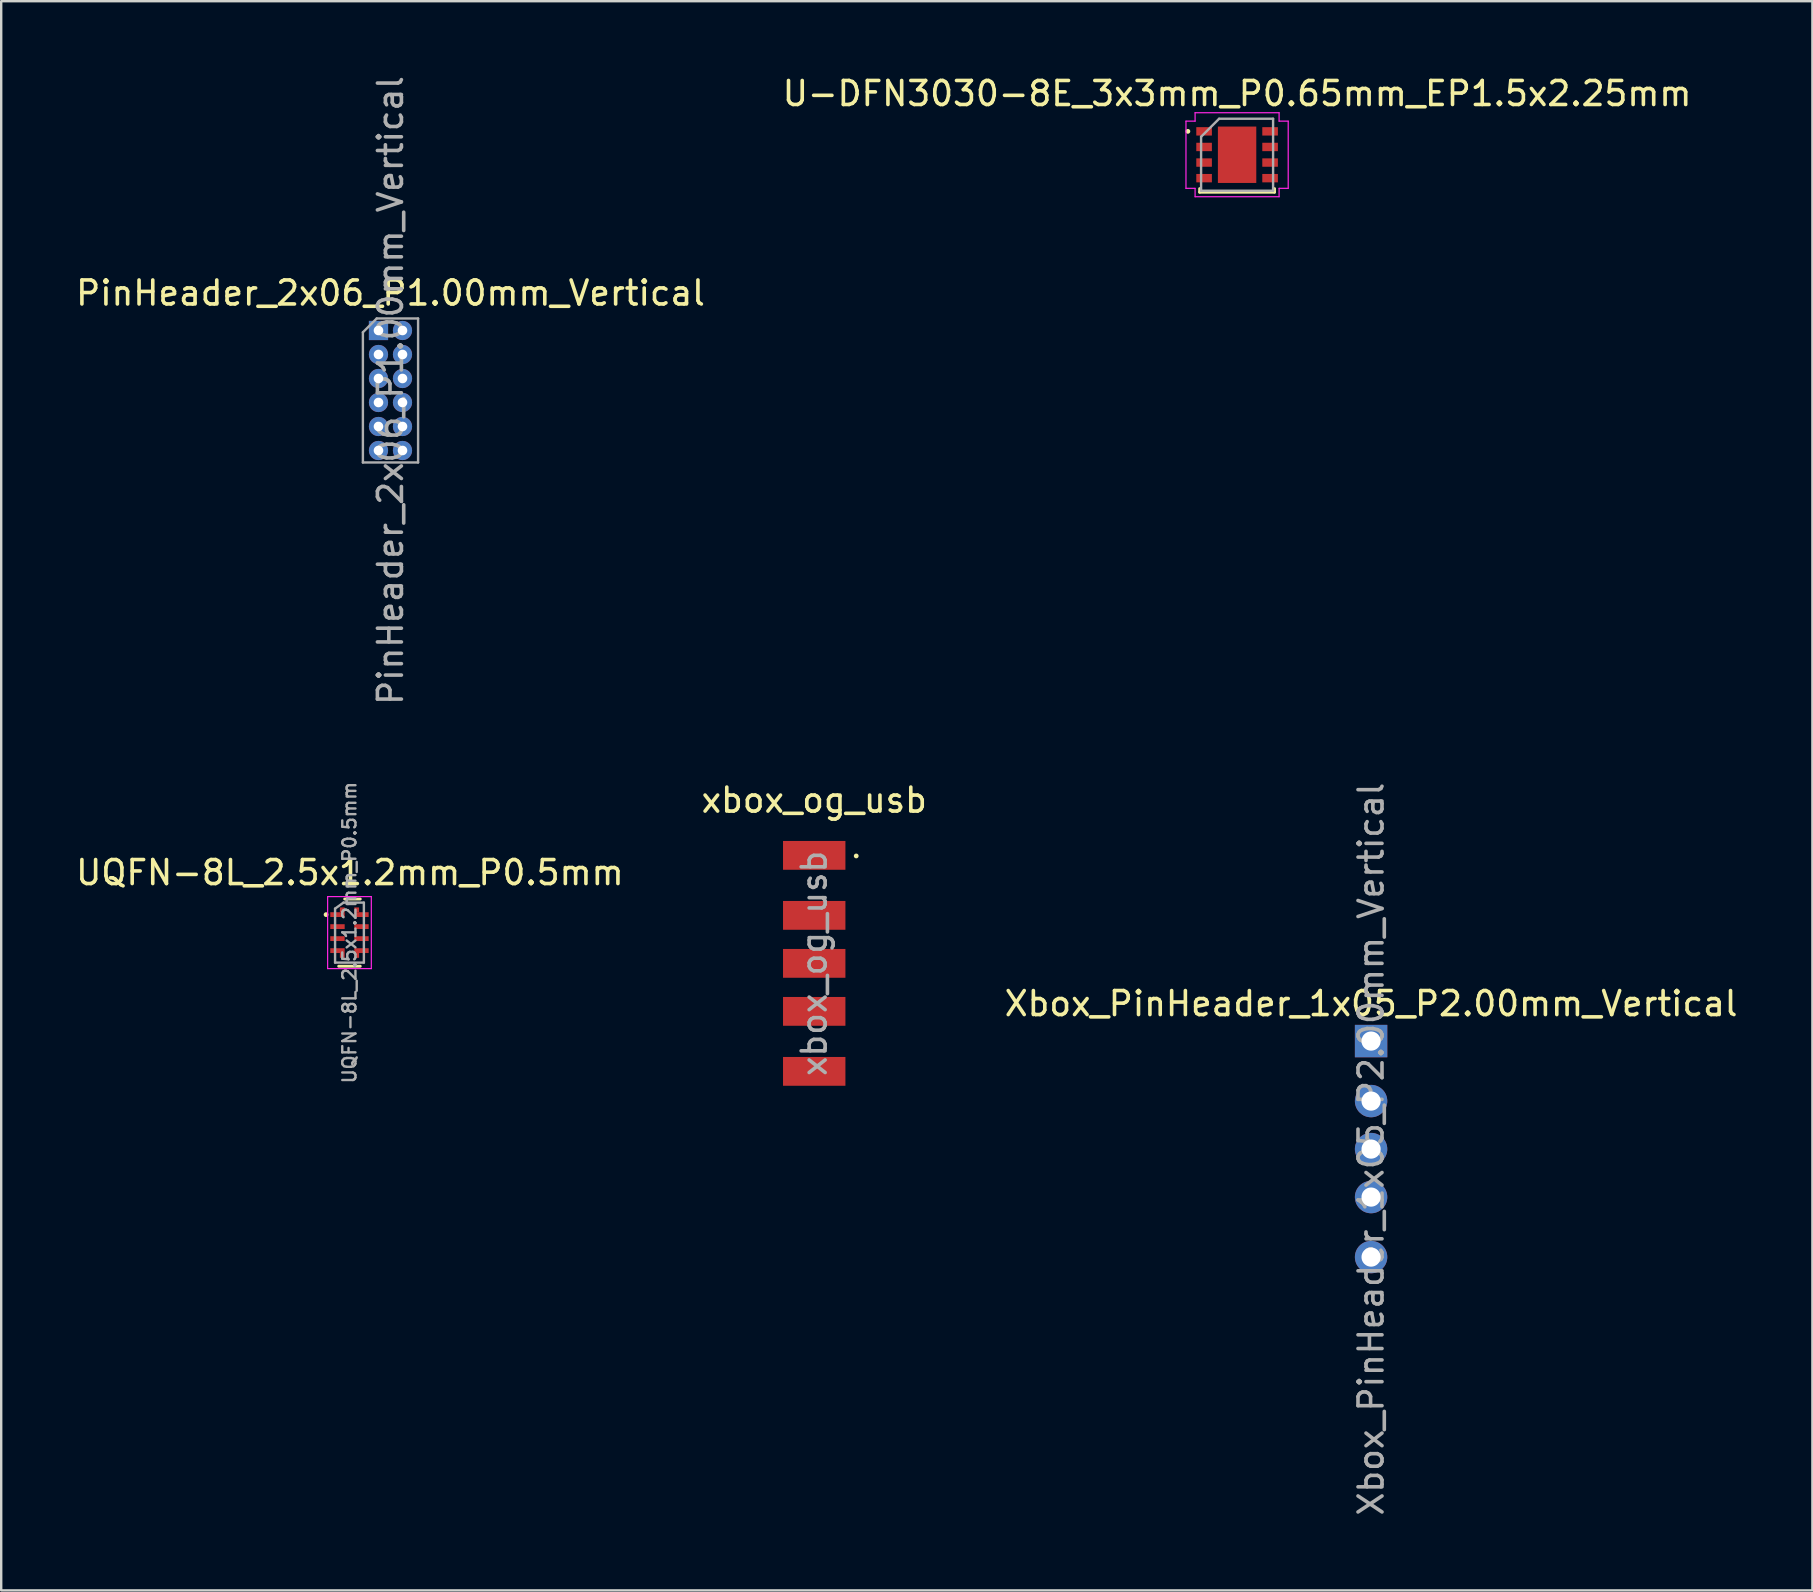
<source format=kicad_pcb>
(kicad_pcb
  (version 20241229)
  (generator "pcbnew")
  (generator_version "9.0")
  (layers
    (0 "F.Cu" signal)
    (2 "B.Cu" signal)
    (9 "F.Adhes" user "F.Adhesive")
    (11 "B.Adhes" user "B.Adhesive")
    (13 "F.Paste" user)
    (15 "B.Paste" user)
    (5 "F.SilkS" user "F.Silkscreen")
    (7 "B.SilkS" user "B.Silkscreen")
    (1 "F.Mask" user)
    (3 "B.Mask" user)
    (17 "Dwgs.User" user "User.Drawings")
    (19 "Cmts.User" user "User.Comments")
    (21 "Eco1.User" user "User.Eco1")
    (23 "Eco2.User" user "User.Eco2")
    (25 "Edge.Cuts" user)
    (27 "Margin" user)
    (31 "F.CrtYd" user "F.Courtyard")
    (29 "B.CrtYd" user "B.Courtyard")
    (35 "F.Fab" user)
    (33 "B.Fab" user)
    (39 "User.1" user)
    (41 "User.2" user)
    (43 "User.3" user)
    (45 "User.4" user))
  (footprint "PinHeader_2x06_P1.00mm_Vertical"
    (layer "F.Cu")
    (at 12.72 10.72)
    (property "Reference" "PinHeader_2x06_P1.00mm_Vertical" (at 0.5 -1.56 0) (layer "F.SilkS") (effects (font (size 1 1) (thickness 0.15))))
    (attr through_hole)
    (fp_line (start -0.65 0.075) (end -0.075 -0.5) (stroke (width 0.1) (type solid)) (layer "F.Fab"))
    (fp_line (start -0.65 5.5) (end -0.65 0.075) (stroke (width 0.1) (type solid)) (layer "F.Fab"))
    (fp_line (start -0.075 -0.5) (end 1.65 -0.5) (stroke (width 0.1) (type solid)) (layer "F.Fab"))
    (fp_line (start 1.65 -0.5) (end 1.65 5.5) (stroke (width 0.1) (type solid)) (layer "F.Fab"))
    (fp_line (start 1.65 5.5) (end -0.65 5.5) (stroke (width 0.1) (type solid)) (layer "F.Fab"))
    (fp_text user "${REFERENCE}" (at 0.5 2.5 90) (layer "F.Fab") (effects (font (size 1 1) (thickness 0.15))))
    (pad "1" thru_hole rect (at 0 0) (size 0.8 0.8) (drill 0.4) (layers "*.Cu" "*.Mask"))
    (pad "2" thru_hole oval (at 1 0) (size 0.8 0.8) (drill 0.4) (layers "*.Cu" "*.Mask"))
    (pad "3" thru_hole oval (at 0 1) (size 0.8 0.8) (drill 0.4) (layers "*.Cu" "*.Mask"))
    (pad "4" thru_hole oval (at 1 1) (size 0.8 0.8) (drill 0.4) (layers "*.Cu" "*.Mask"))
    (pad "5" thru_hole oval (at 0 2) (size 0.8 0.8) (drill 0.4) (layers "*.Cu" "*.Mask"))
    (pad "6" thru_hole oval (at 1 2) (size 0.8 0.8) (drill 0.4) (layers "*.Cu" "*.Mask"))
    (pad "7" thru_hole oval (at 0 3) (size 0.8 0.8) (drill 0.4) (layers "*.Cu" "*.Mask"))
    (pad "8" thru_hole oval (at 1 3) (size 0.8 0.8) (drill 0.4) (layers "*.Cu" "*.Mask"))
    (pad "9" thru_hole oval (at 0 4) (size 0.8 0.8) (drill 0.4) (layers "*.Cu" "*.Mask"))
    (pad "10" thru_hole oval (at 1 4) (size 0.8 0.8) (drill 0.4) (layers "*.Cu" "*.Mask"))
    (pad "11" thru_hole oval (at 0 5) (size 0.8 0.8) (drill 0.4) (layers "*.Cu" "*.Mask"))
    (pad "12" thru_hole oval (at 1 5) (size 0.8 0.8) (drill 0.4) (layers "*.Cu" "*.Mask")))
  (footprint "xbox_og_usb"
    (layer "F.Cu")
    (at 30.875 37.089)
    (property "Reference" "xbox_og_usb" (at 0 -6.8 0) (layer "F.SilkS") (effects (font (size 1 1) (thickness 0.15))))
    (attr smd)
    (fp_circle (center 1.75 -4.475) (end 1.8 -4.475) (stroke (width 0.1) (type solid)) (fill no) (layer "F.SilkS"))
    (fp_text user "${REFERENCE}" (at 0 0 90) (layer "F.Fab") (effects (font (size 1 1) (thickness 0.15))))
    (pad "1" smd rect (at 0 -4.5) (size 2.6 1.2) (layers "F.Cu" "F.Mask" "F.Paste"))
    (pad "2" smd rect (at 0 -2) (size 2.6 1.2) (layers "F.Cu" "F.Mask" "F.Paste"))
    (pad "3" smd rect (at 0 0) (size 2.6 1.2) (layers "F.Cu" "F.Mask" "F.Paste"))
    (pad "4" smd rect (at 0 2) (size 2.6 1.2) (layers "F.Cu" "F.Mask" "F.Paste"))
    (pad "5" smd rect (at 0 4.5) (size 2.6 1.2) (layers "F.Cu" "F.Mask" "F.Paste")))
  (footprint "U-DFN3030-8E_3x3mm_P0.65mm_EP1.5x2.25mm"
    (layer "F.Cu")
    (at 48.494 3.398)
    (property "Reference" "U-DFN3030-8E_3x3mm_P0.65mm_EP1.5x2.25mm" (at 0 -2.55 0) (layer "F.SilkS") (effects (font (size 1 1) (thickness 0.15))))
    (attr smd)
    (fp_line (start -1.56 1.56) (end -1.56 1.41) (stroke (width 0.12) (type solid)) (layer "F.SilkS"))
    (fp_line (start -1.56 1.56) (end 1.56 1.56) (stroke (width 0.12) (type solid)) (layer "F.SilkS"))
    (fp_line (start 1.56 1.56) (end 1.56 1.41) (stroke (width 0.12) (type solid)) (layer "F.SilkS"))
    (fp_circle (center -2.05 -0.975) (end -2 -0.975) (stroke (width 0.1) (type solid)) (fill no) (layer "F.SilkS"))
    (fp_line (start -2.13 -1.4) (end -2.13 1.4) (stroke (width 0.05) (type solid)) (layer "F.CrtYd"))
    (fp_line (start -1.75 -1.75) (end -1.75 -1.4) (stroke (width 0.05) (type solid)) (layer "F.CrtYd"))
    (fp_line (start -1.75 -1.75) (end 1.75 -1.75) (stroke (width 0.05) (type solid)) (layer "F.CrtYd"))
    (fp_line (start -1.75 -1.4) (end -2.13 -1.4) (stroke (width 0.05) (type solid)) (layer "F.CrtYd"))
    (fp_line (start -1.75 1.4) (end -2.13 1.4) (stroke (width 0.05) (type solid)) (layer "F.CrtYd"))
    (fp_line (start -1.75 1.75) (end -1.75 1.4) (stroke (width 0.05) (type solid)) (layer "F.CrtYd"))
    (fp_line (start -1.75 1.75) (end 1.75 1.75) (stroke (width 0.05) (type solid)) (layer "F.CrtYd"))
    (fp_line (start 1.75 -1.75) (end 1.75 -1.4) (stroke (width 0.05) (type solid)) (layer "F.CrtYd"))
    (fp_line (start 1.75 -1.4) (end 2.13 -1.4) (stroke (width 0.05) (type solid)) (layer "F.CrtYd"))
    (fp_line (start 1.75 1.4) (end 2.13 1.4) (stroke (width 0.05) (type solid)) (layer "F.CrtYd"))
    (fp_line (start 1.75 1.75) (end 1.75 1.4) (stroke (width 0.05) (type solid)) (layer "F.CrtYd"))
    (fp_line (start 2.13 -1.4) (end 2.13 1.4) (stroke (width 0.05) (type solid)) (layer "F.CrtYd"))
    (fp_line (start -1.5 -0.75) (end -0.75 -1.5) (stroke (width 0.1) (type solid)) (layer "F.Fab"))
    (fp_line (start -1.5 1.5) (end -1.5 -0.75) (stroke (width 0.1) (type solid)) (layer "F.Fab"))
    (fp_line (start -0.75 -1.5) (end 1.5 -1.5) (stroke (width 0.1) (type solid)) (layer "F.Fab"))
    (fp_line (start 1.5 -1.5) (end 1.5 1.5) (stroke (width 0.1) (type solid)) (layer "F.Fab"))
    (fp_line (start 1.5 1.5) (end -1.5 1.5) (stroke (width 0.1) (type solid)) (layer "F.Fab"))
    (pad "" smd rect (at -0.388 -0.6) (size 0.6 1) (layers "F.Paste"))
    (pad "" smd rect (at -0.388 0.6) (size 0.6 1) (layers "F.Paste"))
    (pad "" smd rect (at 0.388 -0.6) (size 0.6 1) (layers "F.Paste"))
    (pad "" smd rect (at 0.388 0.6) (size 0.6 1) (layers "F.Paste"))
    (pad "1" smd rect (at -1.375 -0.975) (size 0.65 0.35) (layers "F.Cu" "F.Mask" "F.Paste"))
    (pad "2" smd rect (at -1.375 -0.325) (size 0.65 0.35) (layers "F.Cu" "F.Mask" "F.Paste"))
    (pad "3" smd rect (at -1.375 0.325) (size 0.65 0.35) (layers "F.Cu" "F.Mask" "F.Paste"))
    (pad "4" smd rect (at -1.375 0.975) (size 0.65 0.35) (layers "F.Cu" "F.Mask" "F.Paste"))
    (pad "5" smd rect (at 1.375 0.975) (size 0.65 0.35) (layers "F.Cu" "F.Mask" "F.Paste"))
    (pad "6" smd rect (at 1.375 0.325) (size 0.65 0.35) (layers "F.Cu" "F.Mask" "F.Paste"))
    (pad "7" smd rect (at 1.375 -0.325) (size 0.65 0.35) (layers "F.Cu" "F.Mask" "F.Paste"))
    (pad "8" smd rect (at 1.375 -0.975) (size 0.65 0.35) (layers "F.Cu" "F.Mask" "F.Paste"))
    (pad "9" smd rect (at 0 0) (size 1.6 2.35) (layers "F.Cu" "F.Mask")))
  (footprint "UQFN-8L_2.5x1.2mm_P0.5mm"
    (layer "F.Cu")
    (at 11.511 35.808)
    (property "Reference" "UQFN-8L_2.5x1.2mm_P0.5mm" (at 0.018 -2.5 0) (layer "F.SilkS") (effects (font (size 1 1) (thickness 0.15))))
    (attr smd)
    (fp_line (start 0.45 -1.4) (end -0.2 -1.4) (stroke (width 0.12) (type solid)) (layer "F.SilkS"))
    (fp_line (start 0.45 1.4) (end -0.45 1.4) (stroke (width 0.12) (type solid)) (layer "F.SilkS"))
    (fp_circle (center -0.975 -0.75) (end -0.925 -0.75) (stroke (width 0.1) (type solid)) (fill no) (layer "F.SilkS"))
    (fp_line (start -0.91 -1.5) (end 0.91 -1.5) (stroke (width 0.05) (type solid)) (layer "F.CrtYd"))
    (fp_line (start -0.91 1.5) (end -0.91 -1.5) (stroke (width 0.05) (type solid)) (layer "F.CrtYd"))
    (fp_line (start 0.91 -1.5) (end 0.91 1.5) (stroke (width 0.05) (type solid)) (layer "F.CrtYd"))
    (fp_line (start 0.91 1.5) (end -0.91 1.5) (stroke (width 0.05) (type solid)) (layer "F.CrtYd"))
    (fp_line (start -0.6 -1) (end -0.6 1.25) (stroke (width 0.1) (type solid)) (layer "F.Fab"))
    (fp_line (start -0.6 1.25) (end 0.6 1.25) (stroke (width 0.1) (type solid)) (layer "F.Fab"))
    (fp_line (start -0.25 -1.25) (end -0.6 -1) (stroke (width 0.1) (type solid)) (layer "F.Fab"))
    (fp_line (start 0.6 -1.25) (end -0.25 -1.25) (stroke (width 0.1) (type solid)) (layer "F.Fab"))
    (fp_line (start 0.6 -1.25) (end 0.6 1.25) (stroke (width 0.1) (type solid)) (layer "F.Fab"))
    (fp_text user "${REFERENCE}" (at 0 0 90) (layer "F.Fab") (effects (font (size 0.55 0.55) (thickness 0.1))))
    (pad "1" smd rect (at -0.5 -0.75 270) (size 0.2 0.6) (layers "F.Cu" "F.Mask" "F.Paste"))
    (pad "1" smd rect (at -0.3 -0.95 270) (size 0.2 0.2) (layers "F.Cu" "F.Mask" "F.Paste"))
    (pad "2" smd rect (at -0.5 -0.25 270) (size 0.2 0.6) (layers "F.Cu" "F.Mask" "F.Paste"))
    (pad "3" smd rect (at -0.5 0.25 270) (size 0.2 0.6) (layers "F.Cu" "F.Mask" "F.Paste"))
    (pad "4" smd rect (at -0.5 0.75 270) (size 0.2 0.6) (layers "F.Cu" "F.Mask" "F.Paste"))
    (pad "4" smd rect (at -0.3 0.95 270) (size 0.2 0.2) (layers "F.Cu" "F.Mask" "F.Paste"))
    (pad "5" smd rect (at 0.3 0.95 270) (size 0.2 0.2) (layers "F.Cu" "F.Mask" "F.Paste"))
    (pad "5" smd rect (at 0.5 0.75 270) (size 0.2 0.6) (layers "F.Cu" "F.Mask" "F.Paste"))
    (pad "6" smd rect (at 0.5 0.25 270) (size 0.2 0.6) (layers "F.Cu" "F.Mask" "F.Paste"))
    (pad "7" smd rect (at 0.5 -0.25 270) (size 0.2 0.6) (layers "F.Cu" "F.Mask" "F.Paste"))
    (pad "8" smd rect (at 0.3 -0.95 270) (size 0.2 0.2) (layers "F.Cu" "F.Mask" "F.Paste"))
    (pad "8" smd rect (at 0.5 -0.75 270) (size 0.2 0.6) (layers "F.Cu" "F.Mask" "F.Paste")))
  (footprint "Xbox_PinHeader_1x05_P2.00mm_Vertical"
    (layer "F.Cu")
    (at 54.077 44.827)
    (property "Reference" "Xbox_PinHeader_1x05_P2.00mm_Vertical" (at 0 -6.06 0) (layer "F.SilkS") (effects (font (size 1 1) (thickness 0.15))))
    (attr through_hole)
    (fp_text user "${REFERENCE}" (at 0 0 90) (layer "F.Fab") (effects (font (size 1 1) (thickness 0.15))))
    (pad "1" thru_hole rect (at 0 -4.5) (size 1.35 1.35) (drill 0.8) (property pad_prop_castellated) (layers "*.Cu" "*.Mask"))
    (pad "2" thru_hole oval (at 0 -2) (size 1.35 1.35) (drill 0.8) (property pad_prop_castellated) (layers "*.Cu" "*.Mask"))
    (pad "3" thru_hole oval (at 0 0) (size 1.35 1.35) (drill 0.8) (property pad_prop_castellated) (layers "*.Cu" "*.Mask"))
    (pad "4" thru_hole oval (at 0 2) (size 1.35 1.35) (drill 0.8) (property pad_prop_castellated) (layers "*.Cu" "*.Mask"))
    (pad "5" thru_hole oval (at 0 4.5) (size 1.35 1.35) (drill 0.8) (property pad_prop_castellated) (layers "*.Cu" "*.Mask")))
  (gr_rect
    (start -3 -3)
    (end 72.464 63.214)
    (stroke (width 0.1) (type default))
    (fill no)
    (layer "Edge.Cuts")))
</source>
